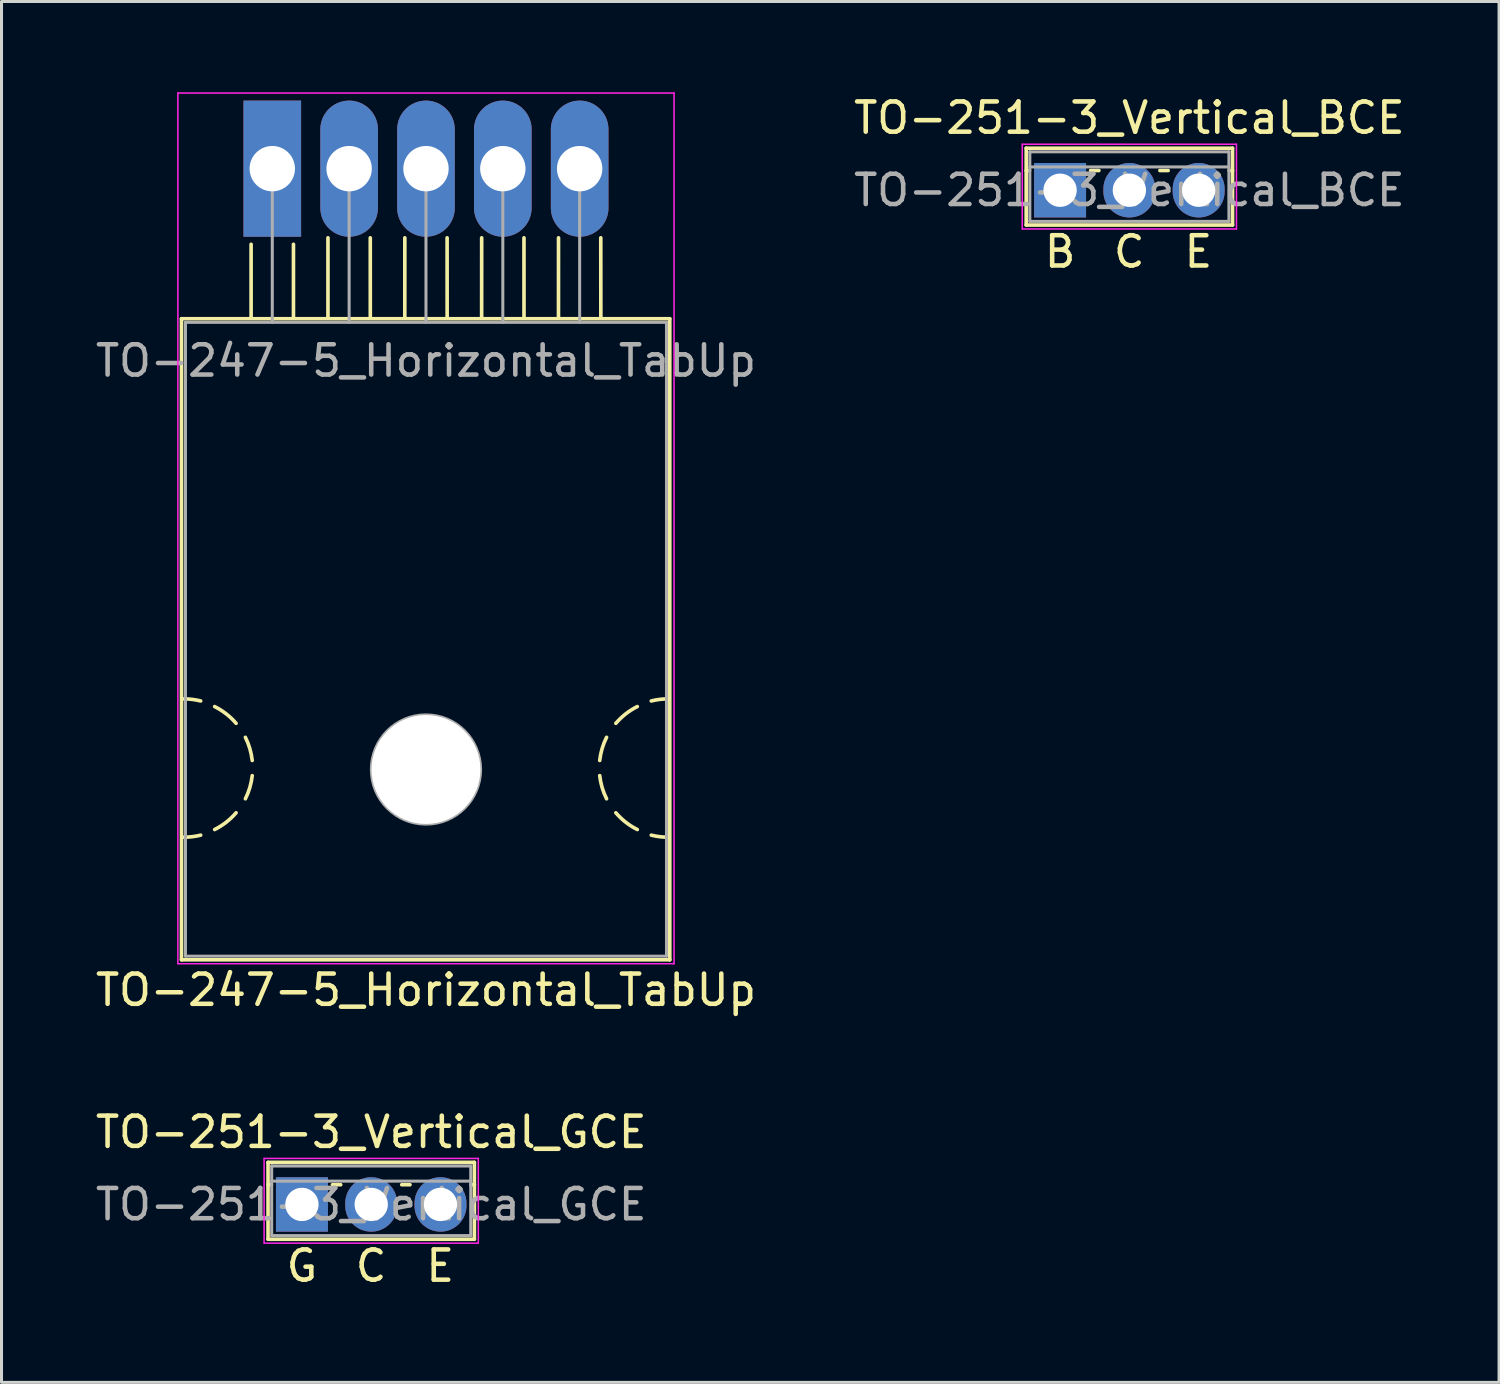
<source format=kicad_pcb>
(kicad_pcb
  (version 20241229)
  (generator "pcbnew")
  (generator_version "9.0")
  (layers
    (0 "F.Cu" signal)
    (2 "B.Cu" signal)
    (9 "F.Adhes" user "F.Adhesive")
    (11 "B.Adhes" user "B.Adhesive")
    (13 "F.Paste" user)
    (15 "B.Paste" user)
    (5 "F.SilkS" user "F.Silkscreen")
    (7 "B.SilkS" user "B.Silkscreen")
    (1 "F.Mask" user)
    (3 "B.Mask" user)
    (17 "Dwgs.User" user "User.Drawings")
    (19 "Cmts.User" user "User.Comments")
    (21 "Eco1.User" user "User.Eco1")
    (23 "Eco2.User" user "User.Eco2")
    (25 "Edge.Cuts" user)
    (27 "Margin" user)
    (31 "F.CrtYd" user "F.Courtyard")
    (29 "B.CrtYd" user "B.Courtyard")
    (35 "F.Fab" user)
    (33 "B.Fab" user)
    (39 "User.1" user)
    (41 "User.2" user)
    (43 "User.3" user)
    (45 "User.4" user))
  (footprint "TO-251-3_Vertical_BCE"
    (layer "F.Cu")
    (at 31.99 3.238)
    (property "Reference" "TO-251-3_Vertical_BCE" (at 2.29 -2.39 0) (layer "F.SilkS") (effects (font (size 1 1) (thickness 0.15))))
    (fp_line (start -1.12 -1.39) (end -1.12 1.15) (stroke (width 0.12) (type solid)) (layer "F.SilkS"))
    (fp_line (start -1.12 -1.39) (end 5.7 -1.39) (stroke (width 0.12) (type solid)) (layer "F.SilkS"))
    (fp_line (start -1.12 -0.651) (end -1.009 -0.651) (stroke (width 0.12) (type solid)) (layer "F.SilkS"))
    (fp_line (start -1.12 1.15) (end 5.7 1.15) (stroke (width 0.12) (type solid)) (layer "F.SilkS"))
    (fp_line (start 1.009 -0.651) (end 1.282 -0.651) (stroke (width 0.12) (type solid)) (layer "F.SilkS"))
    (fp_line (start 3.299 -0.651) (end 3.572 -0.651) (stroke (width 0.12) (type solid)) (layer "F.SilkS"))
    (fp_line (start 5.589 -0.651) (end 5.7 -0.651) (stroke (width 0.12) (type solid)) (layer "F.SilkS"))
    (fp_line (start 5.7 -1.39) (end 5.7 1.15) (stroke (width 0.12) (type solid)) (layer "F.SilkS"))
    (fp_line (start -1.25 -1.52) (end -1.25 1.28) (stroke (width 0.05) (type solid)) (layer "F.CrtYd"))
    (fp_line (start -1.25 1.28) (end 5.83 1.28) (stroke (width 0.05) (type solid)) (layer "F.CrtYd"))
    (fp_line (start 5.83 -1.52) (end -1.25 -1.52) (stroke (width 0.05) (type solid)) (layer "F.CrtYd"))
    (fp_line (start 5.83 1.28) (end 5.83 -1.52) (stroke (width 0.05) (type solid)) (layer "F.CrtYd"))
    (fp_line (start -1 -1.27) (end -1 1.03) (stroke (width 0.1) (type solid)) (layer "F.Fab"))
    (fp_line (start -1 -0.77) (end 5.58 -0.77) (stroke (width 0.1) (type solid)) (layer "F.Fab"))
    (fp_line (start -1 1.03) (end 5.58 1.03) (stroke (width 0.1) (type solid)) (layer "F.Fab"))
    (fp_line (start 5.58 -1.27) (end -1 -1.27) (stroke (width 0.1) (type solid)) (layer "F.Fab"))
    (fp_line (start 5.58 1.03) (end 5.58 -1.27) (stroke (width 0.1) (type solid)) (layer "F.Fab"))
    (fp_text user "E" (at 4.572 2.032 0) (unlocked yes) (layer "F.SilkS") (effects (font (size 1 1) (thickness 0.15))))
    (fp_text user "C" (at 2.286 2.032 0) (unlocked yes) (layer "F.SilkS") (effects (font (size 1 1) (thickness 0.15))))
    (fp_text user "B" (at 0 2.032 0) (unlocked yes) (layer "F.SilkS") (effects (font (size 1 1) (thickness 0.15))))
    (fp_text user "${REFERENCE}" (at 2.29 0 0) (layer "F.Fab") (effects (font (size 1 1) (thickness 0.15))))
    (pad "1" thru_hole rect (at 0 0) (size 1.718 1.8) (drill 1.1) (layers "*.Cu" "*.Mask"))
    (pad "2" thru_hole oval (at 2.29 0) (size 1.718 1.8) (drill 1.1) (layers "*.Cu" "*.Mask"))
    (pad "3" thru_hole oval (at 4.58 0) (size 1.718 1.8) (drill 1.1) (layers "*.Cu" "*.Mask")))
  (footprint "TO-251-3_Vertical_GCE"
    (layer "F.Cu")
    (at 6.93 36.761)
    (property "Reference" "TO-251-3_Vertical_GCE" (at 2.29 -2.39 0) (layer "F.SilkS") (effects (font (size 1 1) (thickness 0.15))))
    (fp_line (start -1.12 -1.39) (end -1.12 1.15) (stroke (width 0.12) (type solid)) (layer "F.SilkS"))
    (fp_line (start -1.12 -1.39) (end 5.7 -1.39) (stroke (width 0.12) (type solid)) (layer "F.SilkS"))
    (fp_line (start -1.12 -0.651) (end -1.009 -0.651) (stroke (width 0.12) (type solid)) (layer "F.SilkS"))
    (fp_line (start -1.12 1.15) (end 5.7 1.15) (stroke (width 0.12) (type solid)) (layer "F.SilkS"))
    (fp_line (start 1.009 -0.651) (end 1.282 -0.651) (stroke (width 0.12) (type solid)) (layer "F.SilkS"))
    (fp_line (start 3.299 -0.651) (end 3.572 -0.651) (stroke (width 0.12) (type solid)) (layer "F.SilkS"))
    (fp_line (start 5.589 -0.651) (end 5.7 -0.651) (stroke (width 0.12) (type solid)) (layer "F.SilkS"))
    (fp_line (start 5.7 -1.39) (end 5.7 1.15) (stroke (width 0.12) (type solid)) (layer "F.SilkS"))
    (fp_line (start -1.25 -1.52) (end -1.25 1.28) (stroke (width 0.05) (type solid)) (layer "F.CrtYd"))
    (fp_line (start -1.25 1.28) (end 5.83 1.28) (stroke (width 0.05) (type solid)) (layer "F.CrtYd"))
    (fp_line (start 5.83 -1.52) (end -1.25 -1.52) (stroke (width 0.05) (type solid)) (layer "F.CrtYd"))
    (fp_line (start 5.83 1.28) (end 5.83 -1.52) (stroke (width 0.05) (type solid)) (layer "F.CrtYd"))
    (fp_line (start -1 -1.27) (end -1 1.03) (stroke (width 0.1) (type solid)) (layer "F.Fab"))
    (fp_line (start -1 -0.77) (end 5.58 -0.77) (stroke (width 0.1) (type solid)) (layer "F.Fab"))
    (fp_line (start -1 1.03) (end 5.58 1.03) (stroke (width 0.1) (type solid)) (layer "F.Fab"))
    (fp_line (start 5.58 -1.27) (end -1 -1.27) (stroke (width 0.1) (type solid)) (layer "F.Fab"))
    (fp_line (start 5.58 1.03) (end 5.58 -1.27) (stroke (width 0.1) (type solid)) (layer "F.Fab"))
    (fp_text user "G" (at 0 2.032 0) (unlocked yes) (layer "F.SilkS") (effects (font (size 1 1) (thickness 0.15))))
    (fp_text user "C" (at 2.286 2.032 0) (unlocked yes) (layer "F.SilkS") (effects (font (size 1 1) (thickness 0.15))))
    (fp_text user "E" (at 4.572 2.032 0) (unlocked yes) (layer "F.SilkS") (effects (font (size 1 1) (thickness 0.15))))
    (fp_text user "${REFERENCE}" (at 2.29 0 0) (layer "F.Fab") (effects (font (size 1 1) (thickness 0.15))))
    (pad "1" thru_hole rect (at 0 0) (size 1.718 1.8) (drill 1.1) (layers "*.Cu" "*.Mask"))
    (pad "2" thru_hole oval (at 2.29 0) (size 1.718 1.8) (drill 1.1) (layers "*.Cu" "*.Mask"))
    (pad "3" thru_hole oval (at 4.58 0) (size 1.718 1.8) (drill 1.1) (layers "*.Cu" "*.Mask")))
  (footprint "TO-247-5_Horizontal_TabUp"
    (layer "F.Cu")
    (at 5.95 2.525)
    (property "Reference" "TO-247-5_Horizontal_TabUp" (at 5.08 27.15 0) (layer "F.SilkS") (effects (font (size 1 1) (thickness 0.15))))
    (attr through_hole)
    (fp_line (start -3.001 4.96) (end -3.001 26.15) (stroke (width 0.12) (type solid)) (layer "F.SilkS"))
    (fp_line (start -3.001 4.96) (end 13.139 4.96) (stroke (width 0.12) (type solid)) (layer "F.SilkS"))
    (fp_line (start -3.001 26.15) (end 13.139 26.15) (stroke (width 0.12) (type solid)) (layer "F.SilkS"))
    (fp_line (start -0.7 4.9) (end -0.7 2.5) (stroke (width 0.12) (type solid)) (layer "F.SilkS"))
    (fp_line (start 0.7 2.5) (end 0.7 4.9) (stroke (width 0.12) (type solid)) (layer "F.SilkS"))
    (fp_line (start 1.84 4.9) (end 1.84 2.286) (stroke (width 0.12) (type solid)) (layer "F.SilkS"))
    (fp_line (start 3.239 2.286) (end 3.24 4.9) (stroke (width 0.12) (type solid)) (layer "F.SilkS"))
    (fp_line (start 4.38 4.9) (end 4.381 2.286) (stroke (width 0.12) (type solid)) (layer "F.SilkS"))
    (fp_line (start 5.779 2.286) (end 5.78 4.9) (stroke (width 0.12) (type solid)) (layer "F.SilkS"))
    (fp_line (start 6.92 4.9) (end 6.921 2.286) (stroke (width 0.12) (type solid)) (layer "F.SilkS"))
    (fp_line (start 8.319 2.286) (end 8.32 4.9) (stroke (width 0.12) (type solid)) (layer "F.SilkS"))
    (fp_line (start 9.46 4.9) (end 9.461 2.286) (stroke (width 0.12) (type solid)) (layer "F.SilkS"))
    (fp_line (start 10.858 2.286) (end 10.86 4.9) (stroke (width 0.12) (type solid)) (layer "F.SilkS"))
    (fp_line (start 13.139 4.96) (end 13.139 26.15) (stroke (width 0.12) (type solid)) (layer "F.SilkS"))
    (fp_arc (start -2.921 17.526) (mid -2.641689 17.543128) (end -2.366564 17.594254) (stroke (width 0.12) (type solid)) (layer "F.SilkS"))
    (fp_arc (start -2.366564 22.029746) (mid -2.641689 22.080872) (end -2.921 22.098) (stroke (width 0.12) (type solid)) (layer "F.SilkS"))
    (fp_arc (start -1.905001 17.780001) (mid -1.52288 18.02132) (end -1.196088 18.333504) (stroke (width 0.12) (type solid)) (layer "F.SilkS"))
    (fp_arc (start -1.196087 21.290497) (mid -1.522879 21.60268) (end -1.905 21.844) (stroke (width 0.12) (type solid)) (layer "F.SilkS"))
    (fp_arc (start -0.889001 18.796001) (mid -0.742178 19.168563) (end -0.663051 19.561117) (stroke (width 0.12) (type solid)) (layer "F.SilkS"))
    (fp_arc (start -0.663051 20.062883) (mid -0.742178 20.455437) (end -0.889001 20.827999) (stroke (width 0.12) (type solid)) (layer "F.SilkS"))
    (fp_arc (start 10.823051 19.561117) (mid 10.902178 19.168563) (end 11.049001 18.796001) (stroke (width 0.12) (type solid)) (layer "F.SilkS"))
    (fp_arc (start 11.049001 20.827999) (mid 10.902178 20.455437) (end 10.823051 20.062883) (stroke (width 0.12) (type solid)) (layer "F.SilkS"))
    (fp_arc (start 11.356087 18.333503) (mid 11.682879 18.02132) (end 12.065 17.78) (stroke (width 0.12) (type solid)) (layer "F.SilkS"))
    (fp_arc (start 12.065001 21.843999) (mid 11.68288 21.60268) (end 11.356088 21.290496) (stroke (width 0.12) (type solid)) (layer "F.SilkS"))
    (fp_arc (start 12.526564 17.594254) (mid 12.801689 17.543128) (end 13.081 17.526) (stroke (width 0.12) (type solid)) (layer "F.SilkS"))
    (fp_arc (start 13.081 22.098) (mid 12.801689 22.080872) (end 12.526564 22.029746) (stroke (width 0.12) (type solid)) (layer "F.SilkS"))
    (fp_line (start -3.12 -2.5) (end -3.12 26.28) (stroke (width 0.05) (type solid)) (layer "F.CrtYd"))
    (fp_line (start -3.12 26.28) (end 13.28 26.28) (stroke (width 0.05) (type solid)) (layer "F.CrtYd"))
    (fp_line (start 13.28 -2.5) (end -3.12 -2.5) (stroke (width 0.05) (type solid)) (layer "F.CrtYd"))
    (fp_line (start 13.28 26.28) (end 13.28 -2.5) (stroke (width 0.05) (type solid)) (layer "F.CrtYd"))
    (fp_line (start -2.87 5.08) (end -2.87 26.03) (stroke (width 0.1) (type solid)) (layer "F.Fab"))
    (fp_line (start -2.87 26.03) (end 13.03 26.03) (stroke (width 0.1) (type solid)) (layer "F.Fab"))
    (fp_line (start 0 5.08) (end 0 0) (stroke (width 0.1) (type solid)) (layer "F.Fab"))
    (fp_line (start 2.54 5.08) (end 2.54 0) (stroke (width 0.1) (type solid)) (layer "F.Fab"))
    (fp_line (start 5.08 5.08) (end 5.08 0) (stroke (width 0.1) (type solid)) (layer "F.Fab"))
    (fp_line (start 7.62 5.08) (end 7.62 0) (stroke (width 0.1) (type solid)) (layer "F.Fab"))
    (fp_line (start 10.16 5.08) (end 10.16 0) (stroke (width 0.1) (type solid)) (layer "F.Fab"))
    (fp_line (start 13.03 5.08) (end -2.87 5.08) (stroke (width 0.1) (type solid)) (layer "F.Fab"))
    (fp_line (start 13.03 26.03) (end 13.03 5.08) (stroke (width 0.1) (type solid)) (layer "F.Fab"))
    (fp_circle (center 5.08 19.86) (end 6.885 19.86) (stroke (width 0.1) (type solid)) (fill no) (layer "F.Fab"))
    (fp_text user "${REFERENCE}" (at 5.08 6.35 0) (layer "F.Fab") (effects (font (size 1 1) (thickness 0.15))))
    (pad "" np_thru_hole oval (at 5.08 19.86) (size 3.6 3.6) (drill 3.6) (layers "*.Cu" "*.Mask"))
    (pad "1" thru_hole rect (at 0 0) (size 1.905 4.5) (drill 1.5) (layers "*.Cu" "*.Mask"))
    (pad "2" thru_hole oval (at 2.54 0) (size 1.905 4.5) (drill 1.5) (layers "*.Cu" "*.Mask"))
    (pad "3" thru_hole oval (at 5.08 0) (size 1.905 4.5) (drill 1.5) (layers "*.Cu" "*.Mask"))
    (pad "4" thru_hole oval (at 7.62 0) (size 1.905 4.5) (drill 1.5) (layers "*.Cu" "*.Mask"))
    (pad "5" thru_hole oval (at 10.16 0) (size 1.905 4.5) (drill 1.5) (layers "*.Cu" "*.Mask")))
  (gr_rect
    (start -3 -3)
    (end 46.5 42.642)
    (stroke (width 0.1) (type default))
    (fill no)
    (layer "Edge.Cuts")))
</source>
